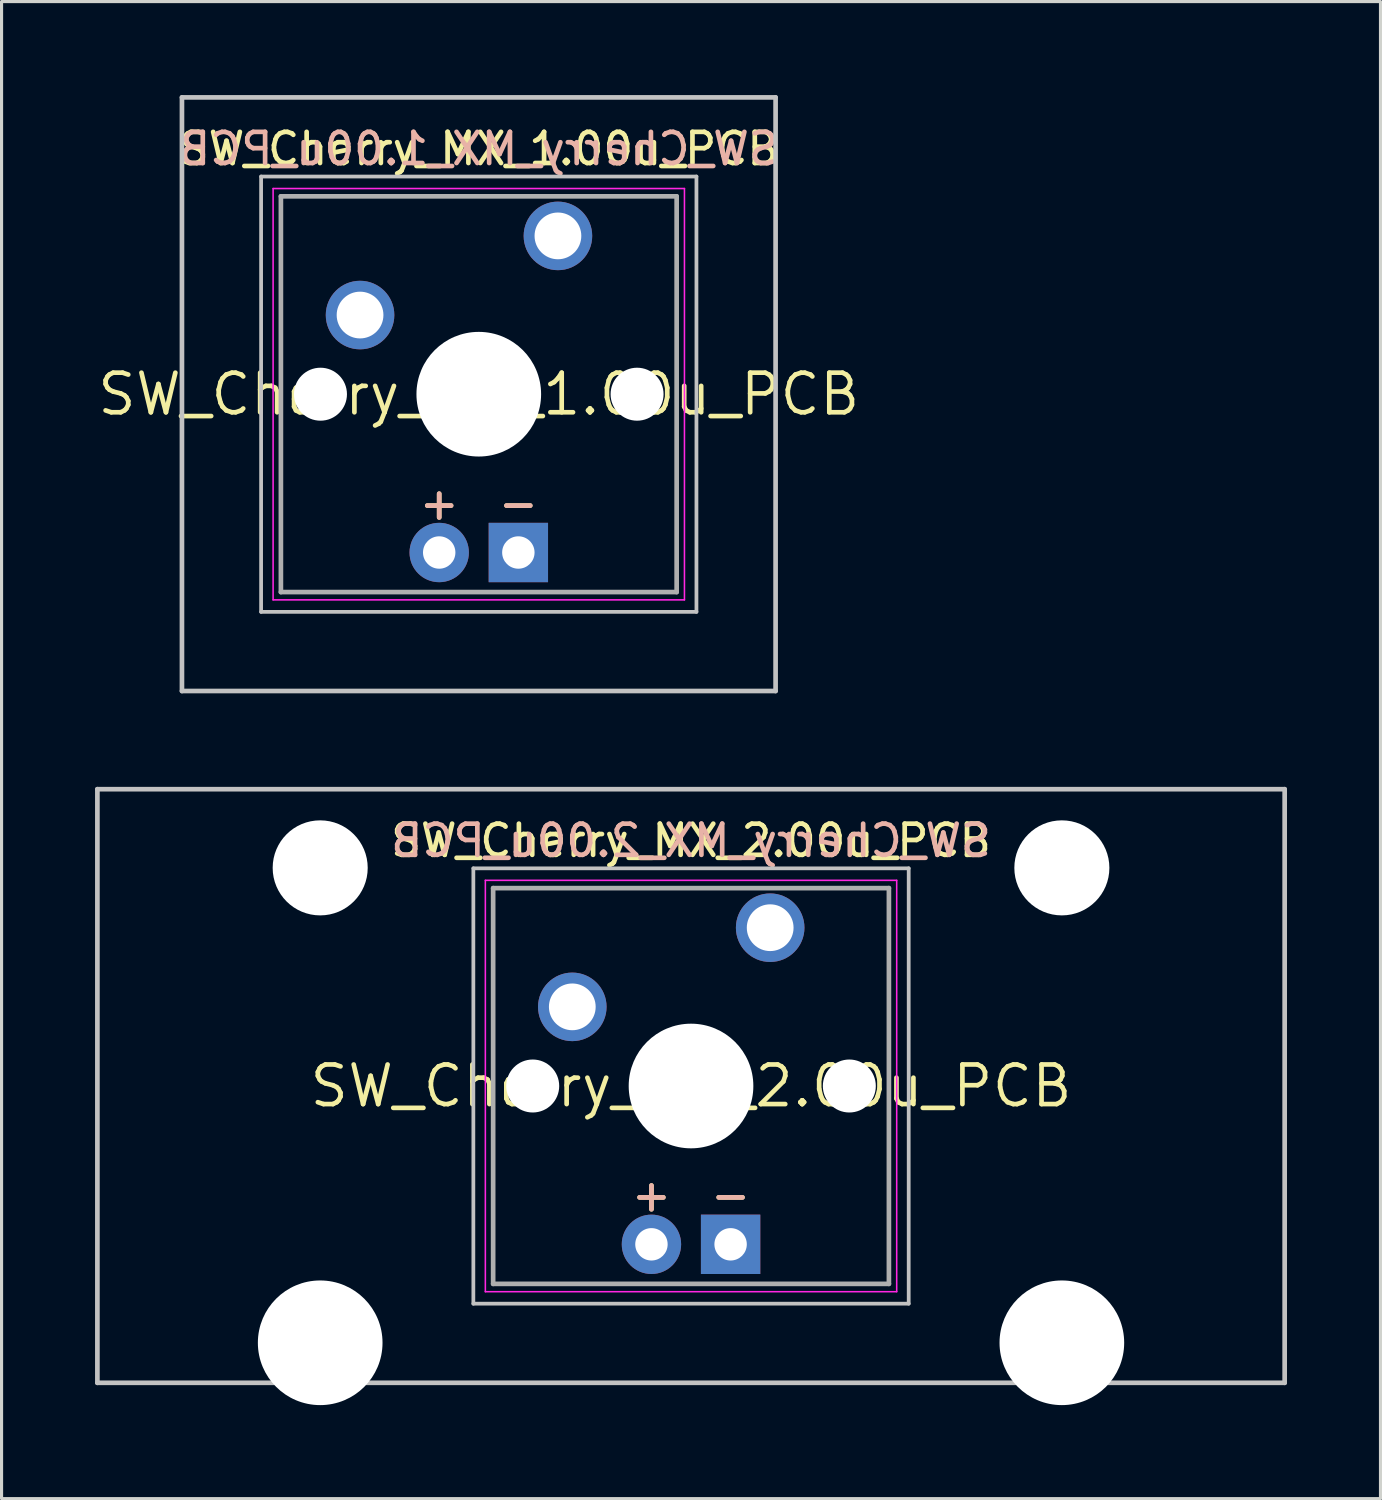
<source format=kicad_pcb>
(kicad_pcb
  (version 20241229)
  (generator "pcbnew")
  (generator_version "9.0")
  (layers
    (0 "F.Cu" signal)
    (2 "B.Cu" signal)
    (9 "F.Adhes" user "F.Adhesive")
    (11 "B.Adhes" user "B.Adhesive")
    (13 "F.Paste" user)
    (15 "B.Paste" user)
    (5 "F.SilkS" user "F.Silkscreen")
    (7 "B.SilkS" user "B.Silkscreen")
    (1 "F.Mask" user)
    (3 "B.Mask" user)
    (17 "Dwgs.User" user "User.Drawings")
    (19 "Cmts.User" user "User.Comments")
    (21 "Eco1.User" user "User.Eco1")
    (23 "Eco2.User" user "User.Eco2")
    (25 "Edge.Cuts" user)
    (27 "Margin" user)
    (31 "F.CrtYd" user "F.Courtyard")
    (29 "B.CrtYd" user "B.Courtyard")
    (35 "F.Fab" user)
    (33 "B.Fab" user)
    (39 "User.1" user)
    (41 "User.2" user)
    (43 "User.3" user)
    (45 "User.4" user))
  (footprint "SW_Cherry_MX_1.00u_PCB"
    (layer "F.Cu")
    (at 12.314 9.6)
    (property "Reference" "SW_Cherry_MX_1.00u_PCB" (at 0 0 0) (layer "F.SilkS") (effects (font (size 1.27 1.27) (thickness 0.15))))
    (attr through_hole)
    (fp_line (start -9.525 -9.525) (end 9.525 -9.525) (stroke (width 0.15) (type solid)) (layer "Dwgs.User"))
    (fp_line (start -9.525 9.525) (end -9.525 -9.525) (stroke (width 0.15) (type solid)) (layer "Dwgs.User"))
    (fp_line (start -6.985 -6.985) (end 6.985 -6.985) (stroke (width 0.12) (type solid)) (layer "Dwgs.User"))
    (fp_line (start -6.985 6.985) (end -6.985 -6.985) (stroke (width 0.12) (type solid)) (layer "Dwgs.User"))
    (fp_line (start 6.985 -6.985) (end 6.985 6.985) (stroke (width 0.12) (type solid)) (layer "Dwgs.User"))
    (fp_line (start 6.985 6.985) (end -6.985 6.985) (stroke (width 0.12) (type solid)) (layer "Dwgs.User"))
    (fp_line (start 9.525 -9.525) (end 9.525 9.525) (stroke (width 0.15) (type solid)) (layer "Dwgs.User"))
    (fp_line (start 9.525 9.525) (end -9.525 9.525) (stroke (width 0.15) (type solid)) (layer "Dwgs.User"))
    (fp_line (start -6.985 -6.985) (end 6.985 -6.985) (stroke (width 0.05) (type solid)) (layer "Eco1.User"))
    (fp_line (start -6.985 6.985) (end -6.985 -6.985) (stroke (width 0.05) (type solid)) (layer "Eco1.User"))
    (fp_line (start 6.985 -6.985) (end 6.985 6.985) (stroke (width 0.05) (type solid)) (layer "Eco1.User"))
    (fp_line (start 6.985 6.985) (end -6.985 6.985) (stroke (width 0.05) (type solid)) (layer "Eco1.User"))
    (fp_line (start -6.6 -6.6) (end 6.6 -6.6) (stroke (width 0.05) (type solid)) (layer "F.CrtYd"))
    (fp_line (start -6.6 6.6) (end -6.6 -6.6) (stroke (width 0.05) (type solid)) (layer "F.CrtYd"))
    (fp_line (start 6.6 -6.6) (end 6.6 6.6) (stroke (width 0.05) (type solid)) (layer "F.CrtYd"))
    (fp_line (start 6.6 6.6) (end -6.6 6.6) (stroke (width 0.05) (type solid)) (layer "F.CrtYd"))
    (fp_line (start -6.35 -6.35) (end 6.35 -6.35) (stroke (width 0.15) (type solid)) (layer "F.Fab"))
    (fp_line (start -6.35 6.35) (end -6.35 -6.35) (stroke (width 0.15) (type solid)) (layer "F.Fab"))
    (fp_line (start 6.35 -6.35) (end 6.35 6.35) (stroke (width 0.15) (type solid)) (layer "F.Fab"))
    (fp_line (start 6.35 6.35) (end -6.35 6.35) (stroke (width 0.15) (type solid)) (layer "F.Fab"))
    (fp_text user "${REFERENCE}" (at 0 -7.874 0) (layer "F.SilkS") (effects (font (size 1 1) (thickness 0.15))))
    (fp_text user "-" (at 1.27 3.5 0) (layer "F.SilkS") (effects (font (size 1 1) (thickness 0.15))))
    (fp_text user "+" (at -1.27 3.5 0) (layer "F.SilkS") (effects (font (size 1 1) (thickness 0.15))))
    (fp_text user "+" (at -1.27 3.5 0) (layer "B.SilkS") (effects (font (size 1 1) (thickness 0.15))))
    (fp_text user "-" (at 1.27 3.5 0) (layer "B.SilkS") (effects (font (size 1 1) (thickness 0.15))))
    (fp_text user "${REFERENCE}" (at 0 -7.874 0) (layer "B.SilkS") (effects (font (size 1 1) (thickness 0.15)) (justify mirror)))
    (pad "" np_thru_hole circle (at -5.08 0) (size 1.7 1.7) (drill 1.7) (layers "*.Cu" "*.Mask"))
    (pad "" np_thru_hole circle (at 0 0) (size 4 4) (drill 4) (layers "*.Cu" "*.Mask"))
    (pad "" np_thru_hole circle (at 5.08 0) (size 1.7 1.7) (drill 1.7) (layers "*.Cu" "*.Mask"))
    (pad "1" thru_hole circle (at 2.54 -5.08) (size 2.2 2.2) (drill 1.5) (layers "*.Cu" "*.Mask"))
    (pad "2" thru_hole circle (at -3.81 -2.54) (size 2.2 2.2) (drill 1.5) (layers "*.Cu" "*.Mask"))
    (pad "3" thru_hole circle (at -1.27 5.08) (size 1.905 1.905) (drill 1.04) (layers "*.Cu" "*.Mask"))
    (pad "4" thru_hole rect (at 1.27 5.08) (size 1.905 1.905) (drill 1.04) (layers "*.Cu" "*.Mask")))
  (footprint "SW_Cherry_MX_2.00u_PCB"
    (layer "F.Cu")
    (at 19.125 31.8)
    (property "Reference" "SW_Cherry_MX_2.00u_PCB" (at 0 0 0) (layer "F.SilkS") (effects (font (size 1.27 1.27) (thickness 0.15))))
    (attr through_hole)
    (fp_line (start -19.05 -9.525) (end 19.05 -9.525) (stroke (width 0.15) (type solid)) (layer "Dwgs.User"))
    (fp_line (start -19.05 9.525) (end -19.05 -9.525) (stroke (width 0.15) (type solid)) (layer "Dwgs.User"))
    (fp_line (start -6.985 -6.985) (end 6.985 -6.985) (stroke (width 0.12) (type solid)) (layer "Dwgs.User"))
    (fp_line (start -6.985 6.985) (end -6.985 -6.985) (stroke (width 0.12) (type solid)) (layer "Dwgs.User"))
    (fp_line (start 6.985 -6.985) (end 6.985 6.985) (stroke (width 0.12) (type solid)) (layer "Dwgs.User"))
    (fp_line (start 6.985 6.985) (end -6.985 6.985) (stroke (width 0.12) (type solid)) (layer "Dwgs.User"))
    (fp_line (start 19.05 -9.525) (end 19.05 9.525) (stroke (width 0.15) (type solid)) (layer "Dwgs.User"))
    (fp_line (start 19.05 9.525) (end -19.05 9.525) (stroke (width 0.15) (type solid)) (layer "Dwgs.User"))
    (fp_line (start -16.129 -2.286) (end -15.265 -2.286) (stroke (width 0.05) (type solid)) (layer "Eco1.User"))
    (fp_line (start -16.129 0.508) (end -16.129 -2.286) (stroke (width 0.05) (type solid)) (layer "Eco1.User"))
    (fp_line (start -15.265 -5.69) (end -8.611 -5.69) (stroke (width 0.05) (type solid)) (layer "Eco1.User"))
    (fp_line (start -15.265 -2.286) (end -15.265 -5.69) (stroke (width 0.05) (type solid)) (layer "Eco1.User"))
    (fp_line (start -15.265 0.508) (end -16.129 0.508) (stroke (width 0.05) (type solid)) (layer "Eco1.User"))
    (fp_line (start -15.265 6.604) (end -15.265 0.508) (stroke (width 0.05) (type solid)) (layer "Eco1.User"))
    (fp_line (start -14.224 6.604) (end -15.265 6.604) (stroke (width 0.05) (type solid)) (layer "Eco1.User"))
    (fp_line (start -14.224 7.772) (end -14.224 6.604) (stroke (width 0.05) (type solid)) (layer "Eco1.User"))
    (fp_line (start -9.652 6.604) (end -9.652 7.772) (stroke (width 0.05) (type solid)) (layer "Eco1.User"))
    (fp_line (start -9.652 7.772) (end -14.224 7.772) (stroke (width 0.05) (type solid)) (layer "Eco1.User"))
    (fp_line (start -8.611 -5.69) (end -8.611 -4.877) (stroke (width 0.05) (type solid)) (layer "Eco1.User"))
    (fp_line (start -8.611 -4.877) (end -6.985 -4.877) (stroke (width 0.05) (type solid)) (layer "Eco1.User"))
    (fp_line (start -8.611 5.817) (end -8.611 6.604) (stroke (width 0.05) (type solid)) (layer "Eco1.User"))
    (fp_line (start -8.611 6.604) (end -9.652 6.604) (stroke (width 0.05) (type solid)) (layer "Eco1.User"))
    (fp_line (start -6.985 -6.985) (end 6.985 -6.985) (stroke (width 0.05) (type solid)) (layer "Eco1.User"))
    (fp_line (start -6.985 -4.877) (end -6.985 -6.985) (stroke (width 0.05) (type solid)) (layer "Eco1.User"))
    (fp_line (start -6.985 5.817) (end -8.611 5.817) (stroke (width 0.05) (type solid)) (layer "Eco1.User"))
    (fp_line (start -6.985 6.985) (end -6.985 5.817) (stroke (width 0.05) (type solid)) (layer "Eco1.User"))
    (fp_line (start 6.985 -6.985) (end 6.985 -4.877) (stroke (width 0.05) (type solid)) (layer "Eco1.User"))
    (fp_line (start 6.985 -4.877) (end 8.611 -4.877) (stroke (width 0.05) (type solid)) (layer "Eco1.User"))
    (fp_line (start 6.985 5.817) (end 6.985 6.985) (stroke (width 0.05) (type solid)) (layer "Eco1.User"))
    (fp_line (start 6.985 6.985) (end -6.985 6.985) (stroke (width 0.05) (type solid)) (layer "Eco1.User"))
    (fp_line (start 8.611 -5.69) (end 15.265 -5.69) (stroke (width 0.05) (type solid)) (layer "Eco1.User"))
    (fp_line (start 8.611 -4.877) (end 8.611 -5.69) (stroke (width 0.05) (type solid)) (layer "Eco1.User"))
    (fp_line (start 8.611 5.817) (end 6.985 5.817) (stroke (width 0.05) (type solid)) (layer "Eco1.User"))
    (fp_line (start 8.611 6.604) (end 8.611 5.817) (stroke (width 0.05) (type solid)) (layer "Eco1.User"))
    (fp_line (start 9.652 6.604) (end 8.611 6.604) (stroke (width 0.05) (type solid)) (layer "Eco1.User"))
    (fp_line (start 9.652 7.772) (end 9.652 6.604) (stroke (width 0.05) (type solid)) (layer "Eco1.User"))
    (fp_line (start 14.224 6.604) (end 14.224 7.772) (stroke (width 0.05) (type solid)) (layer "Eco1.User"))
    (fp_line (start 14.224 7.772) (end 9.652 7.772) (stroke (width 0.05) (type solid)) (layer "Eco1.User"))
    (fp_line (start 15.265 -5.69) (end 15.265 -2.286) (stroke (width 0.05) (type solid)) (layer "Eco1.User"))
    (fp_line (start 15.265 -2.286) (end 16.129 -2.286) (stroke (width 0.05) (type solid)) (layer "Eco1.User"))
    (fp_line (start 15.265 0.508) (end 15.265 6.604) (stroke (width 0.05) (type solid)) (layer "Eco1.User"))
    (fp_line (start 15.265 6.604) (end 14.224 6.604) (stroke (width 0.05) (type solid)) (layer "Eco1.User"))
    (fp_line (start 16.129 -2.286) (end 16.129 0.508) (stroke (width 0.05) (type solid)) (layer "Eco1.User"))
    (fp_line (start 16.129 0.508) (end 15.265 0.508) (stroke (width 0.05) (type solid)) (layer "Eco1.User"))
    (fp_line (start -6.6 -6.6) (end 6.6 -6.6) (stroke (width 0.05) (type solid)) (layer "F.CrtYd"))
    (fp_line (start -6.6 6.6) (end -6.6 -6.6) (stroke (width 0.05) (type solid)) (layer "F.CrtYd"))
    (fp_line (start 6.6 -6.6) (end 6.6 6.6) (stroke (width 0.05) (type solid)) (layer "F.CrtYd"))
    (fp_line (start 6.6 6.6) (end -6.6 6.6) (stroke (width 0.05) (type solid)) (layer "F.CrtYd"))
    (fp_line (start -6.35 -6.35) (end 6.35 -6.35) (stroke (width 0.15) (type solid)) (layer "F.Fab"))
    (fp_line (start -6.35 6.35) (end -6.35 -6.35) (stroke (width 0.15) (type solid)) (layer "F.Fab"))
    (fp_line (start 6.35 -6.35) (end 6.35 6.35) (stroke (width 0.15) (type solid)) (layer "F.Fab"))
    (fp_line (start 6.35 6.35) (end -6.35 6.35) (stroke (width 0.15) (type solid)) (layer "F.Fab"))
    (fp_text user "+" (at -1.27 3.5 0) (layer "F.SilkS") (effects (font (size 1 1) (thickness 0.15))))
    (fp_text user "${REFERENCE}" (at 0 -7.874 0) (layer "F.SilkS") (effects (font (size 1 1) (thickness 0.15))))
    (fp_text user "-" (at 1.27 3.5 0) (layer "F.SilkS") (effects (font (size 1 1) (thickness 0.15))))
    (fp_text user "-" (at 1.27 3.5 0) (layer "B.SilkS") (effects (font (size 1 1) (thickness 0.15))))
    (fp_text user "+" (at -1.27 3.5 0) (layer "B.SilkS") (effects (font (size 1 1) (thickness 0.15))))
    (fp_text user "${REFERENCE}" (at 0 -7.874 0) (layer "B.SilkS") (effects (font (size 1 1) (thickness 0.15)) (justify mirror)))
    (pad "" np_thru_hole circle (at -11.9 -7) (size 3.05 3.05) (drill 3.05) (layers "*.Cu" "*.Mask"))
    (pad "" np_thru_hole circle (at -11.9 8.24) (size 4 4) (drill 4) (layers "*.Cu" "*.Mask"))
    (pad "" np_thru_hole circle (at -5.08 0) (size 1.7 1.7) (drill 1.7) (layers "*.Cu" "*.Mask"))
    (pad "" np_thru_hole circle (at 0 0) (size 4 4) (drill 4) (layers "*.Cu" "*.Mask"))
    (pad "" np_thru_hole circle (at 5.08 0) (size 1.7 1.7) (drill 1.7) (layers "*.Cu" "*.Mask"))
    (pad "" np_thru_hole circle (at 11.9 -7) (size 3.05 3.05) (drill 3.05) (layers "*.Cu" "*.Mask"))
    (pad "" np_thru_hole circle (at 11.9 8.24) (size 4 4) (drill 4) (layers "*.Cu" "*.Mask"))
    (pad "1" thru_hole circle (at 2.54 -5.08) (size 2.2 2.2) (drill 1.5) (layers "*.Cu" "*.Mask"))
    (pad "2" thru_hole circle (at -3.81 -2.54) (size 2.2 2.2) (drill 1.5) (layers "*.Cu" "*.Mask"))
    (pad "3" thru_hole circle (at -1.27 5.08) (size 1.905 1.905) (drill 1.04) (layers "*.Cu" "*.Mask"))
    (pad "4" thru_hole rect (at 1.27 5.08) (size 1.905 1.905) (drill 1.04) (layers "*.Cu" "*.Mask")))
  (gr_rect
    (start -3 -3)
    (end 41.25 45.04)
    (stroke (width 0.1) (type default))
    (fill no)
    (layer "Edge.Cuts")))
</source>
